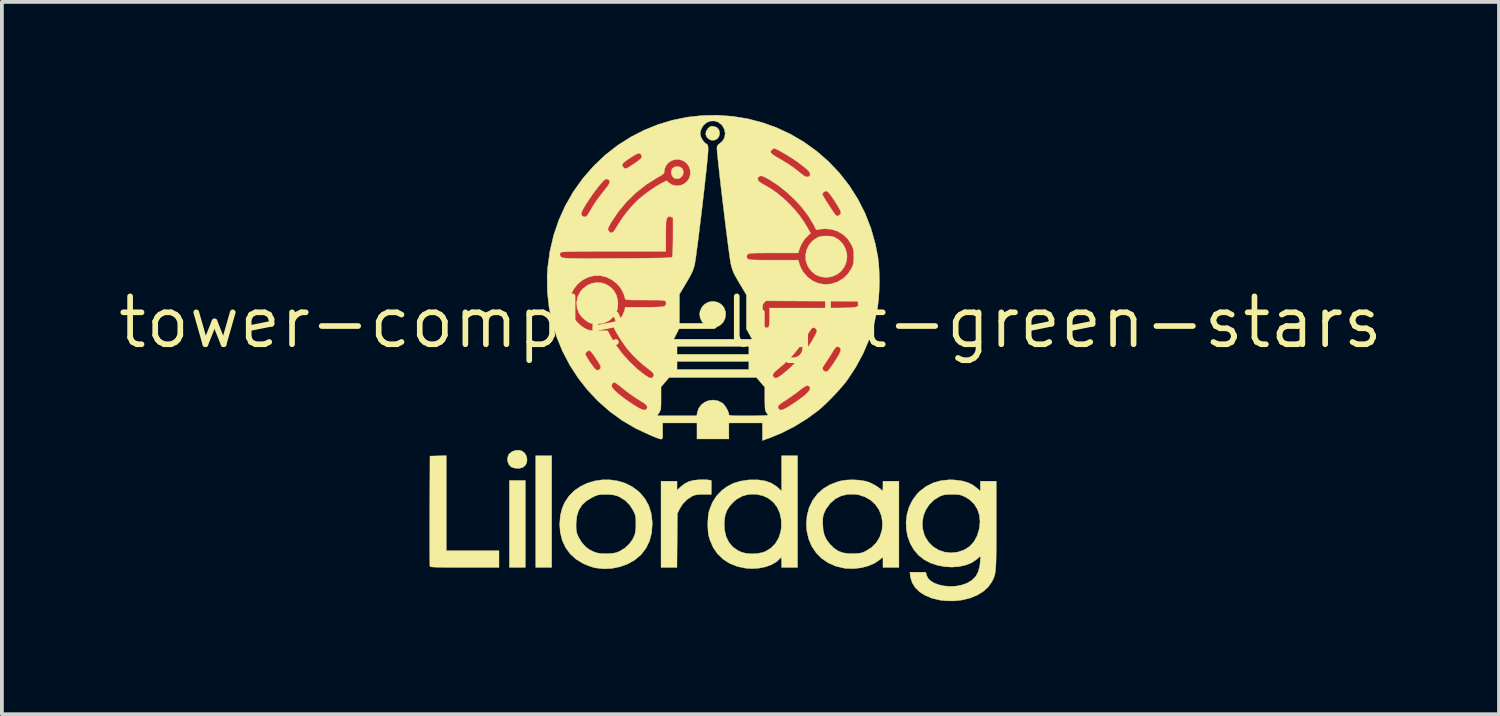
<source format=kicad_pcb>
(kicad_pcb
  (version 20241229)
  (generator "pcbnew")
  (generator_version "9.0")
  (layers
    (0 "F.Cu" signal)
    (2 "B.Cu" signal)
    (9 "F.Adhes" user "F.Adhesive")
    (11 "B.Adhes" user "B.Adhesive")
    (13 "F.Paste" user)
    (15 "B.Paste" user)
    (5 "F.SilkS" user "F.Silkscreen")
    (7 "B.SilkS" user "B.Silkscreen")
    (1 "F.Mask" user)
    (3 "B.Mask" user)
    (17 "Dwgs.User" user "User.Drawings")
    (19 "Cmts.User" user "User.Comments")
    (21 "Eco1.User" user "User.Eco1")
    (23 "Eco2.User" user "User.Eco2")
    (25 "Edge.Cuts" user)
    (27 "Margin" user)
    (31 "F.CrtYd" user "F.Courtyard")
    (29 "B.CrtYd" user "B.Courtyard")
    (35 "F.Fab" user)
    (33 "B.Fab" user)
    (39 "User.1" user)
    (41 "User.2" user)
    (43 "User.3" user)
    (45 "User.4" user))
  (footprint "tower-complex-light-green-stars"
    (layer "F.Cu")
    (at 16.85 5.499)
    (property "Reference" "tower-complex-light-green-stars" (at 0 0 0) (layer "F.SilkS") (effects (font (size 1.27 1.27) (thickness 0.15))))
    (attr through_hole)
    (fp_poly (pts (xy -2.928 -4.497) (xy -2.894 -4.471) (xy -2.891 -4.468) (xy -2.863 -4.425) (xy -2.861 -4.383) (xy -2.887 -4.337) (xy -2.945 -4.281) (xy -3.037 -4.212) (xy -3.059 -4.197) (xy -3.174 -4.123) (xy -3.264 -4.078) (xy -3.331 -4.062) (xy -3.379 -4.075) (xy -3.411 -4.114) (xy -3.411 -4.116) (xy -3.422 -4.16) (xy -3.409 -4.204) (xy -3.37 -4.253) (xy -3.301 -4.312) (xy -3.197 -4.385) (xy -3.189 -4.39) (xy -3.091 -4.453) (xy -3.02 -4.49) (xy -2.967 -4.504) (xy -2.928 -4.497)) (stroke (width 0.01) (type solid)) (fill yes) (layer "F.Cu"))
    (fp_poly (pts (xy 2.028 -3.501) (xy 2.072 -3.472) (xy 2.123 -3.419) (xy 2.185 -3.336) (xy 2.261 -3.221) (xy 2.316 -3.133) (xy 2.38 -3.015) (xy 2.411 -2.923) (xy 2.408 -2.857) (xy 2.372 -2.816) (xy 2.372 -2.816) (xy 2.311 -2.796) (xy 2.262 -2.812) (xy 2.224 -2.852) (xy 2.195 -2.892) (xy 2.15 -2.959) (xy 2.093 -3.042) (xy 2.033 -3.135) (xy 2.03 -3.139) (xy 1.959 -3.251) (xy 1.914 -3.335) (xy 1.893 -3.396) (xy 1.895 -3.441) (xy 1.919 -3.473) (xy 1.948 -3.493) (xy 1.988 -3.506) (xy 2.028 -3.501)) (stroke (width 0.01) (type solid)) (fill yes) (layer "F.Cu"))
    (fp_poly (pts (xy -4.247 0.735) (xy -4.236 0.74) (xy -4.208 0.766) (xy -4.166 0.819) (xy -4.115 0.889) (xy -4.061 0.968) (xy -4.01 1.047) (xy -3.969 1.117) (xy -3.943 1.168) (xy -3.937 1.188) (xy -3.955 1.233) (xy -3.999 1.272) (xy -4.052 1.291) (xy -4.059 1.291) (xy -4.11 1.277) (xy -4.137 1.257) (xy -4.172 1.215) (xy -4.221 1.149) (xy -4.274 1.071) (xy -4.324 0.992) (xy -4.363 0.926) (xy -4.369 0.914) (xy -4.39 0.855) (xy -4.392 0.805) (xy -4.391 0.802) (xy -4.358 0.758) (xy -4.303 0.734) (xy -4.247 0.735)) (stroke (width 0.01) (type solid)) (fill yes) (layer "F.Cu"))
    (fp_poly (pts (xy 2.341 0.633) (xy 2.362 0.645) (xy 2.404 0.695) (xy 2.41 0.765) (xy 2.378 0.853) (xy 2.378 0.853) (xy 2.345 0.912) (xy 2.296 0.99) (xy 2.238 1.078) (xy 2.18 1.163) (xy 2.129 1.235) (xy 2.091 1.283) (xy 2.089 1.286) (xy 2.031 1.326) (xy 1.97 1.328) (xy 1.919 1.295) (xy 1.893 1.256) (xy 1.888 1.214) (xy 1.907 1.16) (xy 1.952 1.087) (xy 1.976 1.052) (xy 2.036 0.962) (xy 2.101 0.862) (xy 2.147 0.788) (xy 2.205 0.699) (xy 2.253 0.646) (xy 2.297 0.625) (xy 2.341 0.633)) (stroke (width 0.01) (type solid)) (fill yes) (layer "F.Cu"))
    (fp_poly (pts (xy 0.671 -4.618) (xy 0.761 -4.581) (xy 0.82 -4.551) (xy 1.021 -4.434) (xy 1.224 -4.3) (xy 1.412 -4.162) (xy 1.466 -4.118) (xy 1.539 -4.055) (xy 1.583 -4.008) (xy 1.604 -3.97) (xy 1.609 -3.941) (xy 1.596 -3.871) (xy 1.56 -3.836) (xy 1.502 -3.833) (xy 1.423 -3.864) (xy 1.327 -3.929) (xy 1.299 -3.951) (xy 1.156 -4.061) (xy 0.997 -4.172) (xy 0.836 -4.273) (xy 0.69 -4.355) (xy 0.683 -4.358) (xy 0.59 -4.412) (xy 0.535 -4.462) (xy 0.515 -4.512) (xy 0.526 -4.564) (xy 0.558 -4.609) (xy 0.605 -4.627) (xy 0.671 -4.618)) (stroke (width 0.01) (type solid)) (fill yes) (layer "F.Cu"))
    (fp_poly (pts (xy 1.592 1.685) (xy 1.608 1.749) (xy 1.609 1.76) (xy 1.59 1.809) (xy 1.535 1.875) (xy 1.446 1.957) (xy 1.325 2.051) (xy 1.173 2.158) (xy 1.102 2.205) (xy 0.983 2.279) (xy 0.891 2.326) (xy 0.823 2.348) (xy 0.776 2.345) (xy 0.747 2.323) (xy 0.72 2.281) (xy 0.713 2.242) (xy 0.727 2.202) (xy 0.767 2.156) (xy 0.835 2.101) (xy 0.936 2.032) (xy 1.008 1.985) (xy 1.104 1.92) (xy 1.204 1.849) (xy 1.291 1.783) (xy 1.322 1.758) (xy 1.415 1.69) (xy 1.493 1.656) (xy 1.553 1.654) (xy 1.592 1.685)) (stroke (width 0.01) (type solid)) (fill yes) (layer "F.Cu"))
    (fp_poly (pts (xy -3.537 1.591) (xy -3.527 1.599) (xy -3.391 1.709) (xy -3.281 1.797) (xy -3.189 1.867) (xy -3.109 1.925) (xy -3.035 1.976) (xy -2.958 2.026) (xy -2.933 2.041) (xy -2.83 2.108) (xy -2.761 2.162) (xy -2.724 2.207) (xy -2.712 2.25) (xy -2.724 2.294) (xy -2.729 2.305) (xy -2.771 2.342) (xy -2.837 2.346) (xy -2.928 2.316) (xy -3.027 2.262) (xy -3.326 2.06) (xy -3.568 1.87) (xy -3.636 1.811) (xy -3.676 1.77) (xy -3.696 1.736) (xy -3.701 1.702) (xy -3.7 1.676) (xy -3.688 1.619) (xy -3.659 1.589) (xy -3.635 1.578) (xy -3.583 1.57) (xy -3.537 1.591)) (stroke (width 0.01) (type solid)) (fill yes) (layer "F.Cu"))
    (fp_poly (pts (xy -3.779 -3.821) (xy -3.735 -3.788) (xy -3.711 -3.736) (xy -3.709 -3.677) (xy -3.736 -3.621) (xy -3.749 -3.607) (xy -3.801 -3.553) (xy -3.869 -3.471) (xy -3.947 -3.369) (xy -4.029 -3.256) (xy -4.11 -3.14) (xy -4.182 -3.028) (xy -4.198 -3.001) (xy -4.256 -2.907) (xy -4.299 -2.844) (xy -4.331 -2.806) (xy -4.36 -2.786) (xy -4.389 -2.778) (xy -4.393 -2.777) (xy -4.447 -2.781) (xy -4.482 -2.797) (xy -4.503 -2.838) (xy -4.508 -2.878) (xy -4.496 -2.932) (xy -4.46 -3.01) (xy -4.406 -3.108) (xy -4.338 -3.218) (xy -4.26 -3.335) (xy -4.177 -3.451) (xy -4.093 -3.562) (xy -4.012 -3.661) (xy -3.94 -3.742) (xy -3.88 -3.798) (xy -3.836 -3.824) (xy -3.779 -3.821)) (stroke (width 0.01) (type solid)) (fill yes) (layer "F.Cu"))
    (fp_poly (pts (xy 1.749 0.134) (xy 1.769 0.158) (xy 1.786 0.189) (xy 1.79 0.219) (xy 1.778 0.26) (xy 1.75 0.326) (xy 1.747 0.332) (xy 1.657 0.501) (xy 1.538 0.682) (xy 1.398 0.867) (xy 1.243 1.046) (xy 1.081 1.212) (xy 0.92 1.355) (xy 0.881 1.385) (xy 0.781 1.455) (xy 0.703 1.494) (xy 0.644 1.502) (xy 0.6 1.48) (xy 0.597 1.477) (xy 0.577 1.435) (xy 0.573 1.376) (xy 0.585 1.327) (xy 0.588 1.323) (xy 0.613 1.298) (xy 0.659 1.26) (xy 0.683 1.242) (xy 0.907 1.056) (xy 1.116 0.842) (xy 1.303 0.612) (xy 1.46 0.373) (xy 1.52 0.262) (xy 1.558 0.194) (xy 1.594 0.143) (xy 1.62 0.119) (xy 1.693 0.107) (xy 1.749 0.134)) (stroke (width 0.01) (type solid)) (fill yes) (layer "F.Cu"))
    (fp_poly (pts (xy 1.754 -0.595) (xy 1.951 -0.594) (xy 2.14 -0.592) (xy 2.317 -0.59) (xy 2.476 -0.587) (xy 2.613 -0.584) (xy 2.723 -0.58) (xy 2.803 -0.575) (xy 2.846 -0.57) (xy 2.853 -0.567) (xy 2.877 -0.517) (xy 2.873 -0.456) (xy 2.844 -0.404) (xy 2.832 -0.393) (xy 2.817 -0.385) (xy 2.794 -0.379) (xy 2.758 -0.374) (xy 2.707 -0.37) (xy 2.638 -0.367) (xy 2.545 -0.364) (xy 2.427 -0.362) (xy 2.281 -0.361) (xy 2.101 -0.36) (xy 1.886 -0.36) (xy 1.657 -0.36) (xy 0.529 -0.36) (xy 0.529 -0.129) (xy 0.528 -0.019) (xy 0.523 0.056) (xy 0.514 0.103) (xy 0.5 0.132) (xy 0.496 0.136) (xy 0.439 0.166) (xy 0.373 0.156) (xy 0.355 0.146) (xy 0.34 0.134) (xy 0.33 0.112) (xy 0.324 0.073) (xy 0.32 0.011) (xy 0.318 -0.08) (xy 0.318 -0.208) (xy 0.318 -0.208) (xy 0.319 -0.355) (xy 0.323 -0.462) (xy 0.331 -0.531) (xy 0.341 -0.565) (xy 0.343 -0.567) (xy 0.369 -0.573) (xy 0.433 -0.578) (xy 0.531 -0.582) (xy 0.656 -0.586) (xy 0.806 -0.589) (xy 0.975 -0.591) (xy 1.159 -0.593) (xy 1.353 -0.594) (xy 1.553 -0.595) (xy 1.754 -0.595)) (stroke (width 0.01) (type solid)) (fill yes) (layer "F.Cu"))
    (fp_poly (pts (xy -2.092 -2.818) (xy -2.073 -2.804) (xy -2.06 -2.79) (xy -2.05 -2.771) (xy -2.043 -2.741) (xy -2.038 -2.696) (xy -2.035 -2.629) (xy -2.033 -2.536) (xy -2.032 -2.412) (xy -2.032 -2.255) (xy -2.033 -2.078) (xy -2.035 -1.939) (xy -2.039 -1.837) (xy -2.044 -1.768) (xy -2.052 -1.729) (xy -2.057 -1.719) (xy -2.083 -1.714) (xy -2.147 -1.709) (xy -2.245 -1.705) (xy -2.373 -1.701) (xy -2.527 -1.698) (xy -2.701 -1.696) (xy -2.893 -1.694) (xy -3.098 -1.692) (xy -3.312 -1.692) (xy -3.531 -1.691) (xy -3.75 -1.691) (xy -3.965 -1.692) (xy -4.173 -1.693) (xy -4.368 -1.695) (xy -4.547 -1.698) (xy -4.706 -1.701) (xy -4.84 -1.704) (xy -4.945 -1.708) (xy -5.017 -1.712) (xy -5.052 -1.718) (xy -5.055 -1.719) (xy -5.078 -1.77) (xy -5.07 -1.836) (xy -5.058 -1.864) (xy -5.053 -1.872) (xy -5.044 -1.879) (xy -5.028 -1.885) (xy -5.002 -1.89) (xy -4.964 -1.894) (xy -4.91 -1.897) (xy -4.837 -1.9) (xy -4.742 -1.902) (xy -4.621 -1.903) (xy -4.473 -1.904) (xy -4.294 -1.905) (xy -4.08 -1.905) (xy -3.829 -1.905) (xy -3.651 -1.905) (xy -2.265 -1.905) (xy -2.265 -2.306) (xy -2.264 -2.435) (xy -2.261 -2.553) (xy -2.256 -2.652) (xy -2.251 -2.724) (xy -2.244 -2.76) (xy -2.206 -2.81) (xy -2.151 -2.831) (xy -2.092 -2.818)) (stroke (width 0.01) (type solid)) (fill yes) (layer "F.Cu"))
    (fp_poly (pts (xy -1.926 -4.335) (xy -1.8 -4.315) (xy -1.705 -4.269) (xy -1.635 -4.193) (xy -1.607 -4.14) (xy -1.57 -4.015) (xy -1.575 -3.895) (xy -1.619 -3.784) (xy -1.7 -3.689) (xy -1.802 -3.626) (xy -1.917 -3.6) (xy -2.035 -3.613) (xy -2.151 -3.665) (xy -2.158 -3.669) (xy -2.236 -3.721) (xy -2.385 -3.643) (xy -2.627 -3.495) (xy -2.866 -3.311) (xy -3.087 -3.101) (xy -3.163 -3.021) (xy -3.228 -2.947) (xy -3.289 -2.873) (xy -3.35 -2.789) (xy -3.418 -2.69) (xy -3.498 -2.567) (xy -3.563 -2.466) (xy -3.621 -2.391) (xy -3.675 -2.356) (xy -3.727 -2.361) (xy -3.766 -2.391) (xy -3.798 -2.431) (xy -3.81 -2.461) (xy -3.799 -2.495) (xy -3.769 -2.555) (xy -3.726 -2.635) (xy -3.673 -2.725) (xy -3.615 -2.818) (xy -3.558 -2.906) (xy -3.53 -2.946) (xy -3.383 -3.13) (xy -3.211 -3.314) (xy -3.02 -3.488) (xy -2.82 -3.647) (xy -2.62 -3.783) (xy -2.427 -3.889) (xy -2.397 -3.903) (xy -2.341 -3.931) (xy -2.323 -3.951) (xy -2.084 -3.951) (xy -2.081 -3.943) (xy -2.04 -3.875) (xy -1.98 -3.838) (xy -1.913 -3.834) (xy -1.848 -3.867) (xy -1.84 -3.875) (xy -1.806 -3.936) (xy -1.807 -4.004) (xy -1.841 -4.068) (xy -1.867 -4.091) (xy -1.913 -4.119) (xy -1.953 -4.119) (xy -1.986 -4.108) (xy -2.043 -4.068) (xy -2.079 -4.011) (xy -2.084 -3.951) (xy -2.323 -3.951) (xy -2.315 -3.959) (xy -2.307 -4.001) (xy -2.307 -4.022) (xy -2.287 -4.115) (xy -2.232 -4.206) (xy -2.149 -4.285) (xy -2.137 -4.293) (xy -2.089 -4.321) (xy -2.039 -4.335) (xy -1.972 -4.337) (xy -1.926 -4.335)) (stroke (width 0.01) (type solid)) (fill yes) (layer "F.Cu"))
    (fp_poly (pts (xy -3.862 -1.239) (xy -3.7 -1.176) (xy -3.553 -1.079) (xy -3.542 -1.07) (xy -3.475 -0.998) (xy -3.409 -0.9) (xy -3.352 -0.794) (xy -3.316 -0.697) (xy -3.313 -0.683) (xy -3.299 -0.614) (xy -2.266 -0.614) (xy -2.233 -0.564) (xy -2.214 -0.505) (xy -2.225 -0.445) (xy -2.262 -0.401) (xy -2.276 -0.394) (xy -2.306 -0.391) (xy -2.372 -0.387) (xy -2.468 -0.384) (xy -2.587 -0.382) (xy -2.723 -0.381) (xy -2.806 -0.381) (xy -2.968 -0.38) (xy -3.102 -0.378) (xy -3.204 -0.374) (xy -3.272 -0.369) (xy -3.301 -0.362) (xy -3.302 -0.361) (xy -3.315 -0.299) (xy -3.348 -0.218) (xy -3.396 -0.128) (xy -3.452 -0.044) (xy -3.495 0.009) (xy -3.6 0.125) (xy -3.543 0.237) (xy -3.419 0.454) (xy -3.267 0.662) (xy -3.085 0.866) (xy -2.869 1.07) (xy -2.617 1.276) (xy -2.562 1.329) (xy -2.541 1.38) (xy -2.54 1.394) (xy -2.553 1.462) (xy -2.59 1.497) (xy -2.651 1.498) (xy -2.733 1.466) (xy -2.837 1.4) (xy -2.843 1.396) (xy -3.08 1.2) (xy -3.304 0.974) (xy -3.507 0.728) (xy -3.68 0.472) (xy -3.712 0.416) (xy -3.809 0.246) (xy -4.037 0.245) (xy -4.18 0.239) (xy -4.293 0.221) (xy -4.388 0.187) (xy -4.477 0.131) (xy -4.572 0.05) (xy -4.58 0.043) (xy -4.694 -0.088) (xy -4.768 -0.229) (xy -4.806 -0.387) (xy -4.812 -0.497) (xy -4.807 -0.564) (xy -4.585 -0.564) (xy -4.584 -0.451) (xy -4.555 -0.33) (xy -4.503 -0.218) (xy -4.467 -0.166) (xy -4.369 -0.078) (xy -4.248 -0.016) (xy -4.114 0.017) (xy -3.979 0.019) (xy -3.858 -0.011) (xy -3.736 -0.079) (xy -3.642 -0.173) (xy -3.589 -0.256) (xy -3.538 -0.39) (xy -3.525 -0.525) (xy -3.548 -0.656) (xy -3.602 -0.776) (xy -3.685 -0.88) (xy -3.794 -0.962) (xy -3.925 -1.015) (xy -4.014 -1.031) (xy -4.149 -1.025) (xy -4.278 -0.982) (xy -4.392 -0.907) (xy -4.486 -0.807) (xy -4.554 -0.685) (xy -4.585 -0.564) (xy -4.807 -0.564) (xy -4.799 -0.666) (xy -4.756 -0.81) (xy -4.681 -0.938) (xy -4.606 -1.025) (xy -4.496 -1.124) (xy -4.383 -1.192) (xy -4.254 -1.238) (xy -4.196 -1.251) (xy -4.03 -1.265) (xy -3.862 -1.239)) (stroke (width 0.01) (type solid)) (fill yes) (layer "F.Cu"))
    (fp_poly (pts (xy 0.303 -3.907) (xy 0.359 -3.883) (xy 0.428 -3.85) (xy 0.429 -3.85) (xy 0.674 -3.707) (xy 0.915 -3.528) (xy 1.145 -3.322) (xy 1.357 -3.094) (xy 1.544 -2.852) (xy 1.683 -2.629) (xy 1.725 -2.554) (xy 1.755 -2.51) (xy 1.779 -2.49) (xy 1.805 -2.486) (xy 1.831 -2.491) (xy 1.886 -2.498) (xy 1.965 -2.502) (xy 2.032 -2.503) (xy 2.207 -2.481) (xy 2.366 -2.421) (xy 2.506 -2.325) (xy 2.623 -2.196) (xy 2.693 -2.079) (xy 2.727 -2.005) (xy 2.748 -1.944) (xy 2.758 -1.881) (xy 2.762 -1.799) (xy 2.762 -1.746) (xy 2.761 -1.649) (xy 2.754 -1.578) (xy 2.739 -1.518) (xy 2.712 -1.453) (xy 2.693 -1.414) (xy 2.597 -1.264) (xy 2.474 -1.144) (xy 2.329 -1.055) (xy 2.167 -1.001) (xy 1.995 -0.985) (xy 1.881 -0.995) (xy 1.714 -1.044) (xy 1.564 -1.129) (xy 1.438 -1.244) (xy 1.34 -1.387) (xy 1.281 -1.53) (xy 1.255 -1.619) (xy 0.596 -1.625) (xy -0.063 -1.63) (xy -0.099 -1.685) (xy -0.122 -1.729) (xy -0.121 -1.746) (xy 1.493 -1.746) (xy 1.498 -1.629) (xy 1.518 -1.539) (xy 1.557 -1.464) (xy 1.621 -1.388) (xy 1.631 -1.377) (xy 1.749 -1.287) (xy 1.88 -1.233) (xy 2.019 -1.215) (xy 2.157 -1.235) (xy 2.243 -1.269) (xy 2.308 -1.311) (xy 2.375 -1.365) (xy 2.389 -1.379) (xy 2.457 -1.455) (xy 2.499 -1.527) (xy 2.521 -1.609) (xy 2.529 -1.715) (xy 2.529 -1.746) (xy 2.524 -1.86) (xy 2.506 -1.946) (xy 2.469 -2.019) (xy 2.409 -2.093) (xy 2.389 -2.113) (xy 2.28 -2.203) (xy 2.162 -2.254) (xy 2.024 -2.272) (xy 2.011 -2.272) (xy 1.868 -2.256) (xy 1.744 -2.205) (xy 1.632 -2.115) (xy 1.564 -2.039) (xy 1.522 -1.964) (xy 1.5 -1.877) (xy 1.493 -1.765) (xy 1.493 -1.746) (xy -0.121 -1.746) (xy -0.119 -1.765) (xy -0.104 -1.796) (xy -0.072 -1.852) (xy 0.591 -1.863) (xy 1.255 -1.873) (xy 1.28 -1.958) (xy 1.333 -2.093) (xy 1.409 -2.212) (xy 1.466 -2.279) (xy 1.552 -2.372) (xy 1.515 -2.451) (xy 1.413 -2.632) (xy 1.279 -2.821) (xy 1.12 -3.01) (xy 0.942 -3.191) (xy 0.752 -3.358) (xy 0.558 -3.504) (xy 0.391 -3.608) (xy 0.294 -3.663) (xy 0.229 -3.705) (xy 0.191 -3.74) (xy 0.173 -3.772) (xy 0.169 -3.799) (xy 0.185 -3.849) (xy 0.222 -3.893) (xy 0.266 -3.915) (xy 0.272 -3.916) (xy 0.303 -3.907)) (stroke (width 0.01) (type solid)) (fill yes) (layer "F.Cu"))
    (fp_poly (pts (xy -5.969 6.498) (xy -6.392 6.498) (xy -6.392 4.191) (xy -5.969 4.191) (xy -5.969 6.498)) (stroke (width 0.01) (type solid)) (fill yes) (layer "F.SilkS"))
    (fp_poly (pts (xy -5.271 6.498) (xy -5.694 6.498) (xy -5.694 3.535) (xy -5.271 3.535) (xy -5.271 6.498)) (stroke (width 0.01) (type solid)) (fill yes) (layer "F.SilkS"))
    (fp_poly (pts (xy -1.871 -4.121) (xy -1.814 -4.085) (xy -1.799 -4.063) (xy -1.778 -3.989) (xy -1.79 -3.921) (xy -1.826 -3.863) (xy -1.88 -3.823) (xy -1.944 -3.807) (xy -2.01 -3.821) (xy -2.053 -3.852) (xy -2.09 -3.916) (xy -2.1 -3.992) (xy -2.081 -4.063) (xy -2.068 -4.082) (xy -2.012 -4.121) (xy -1.942 -4.133) (xy -1.871 -4.121)) (stroke (width 0.01) (type solid)) (fill yes) (layer "F.SilkS"))
    (fp_poly (pts (xy -0.979 -5.2) (xy -0.892 -5.17) (xy -0.838 -5.113) (xy -0.816 -5.03) (xy -0.816 -5.014) (xy -0.834 -4.932) (xy -0.881 -4.87) (xy -0.949 -4.833) (xy -1.027 -4.829) (xy -1.09 -4.852) (xy -1.156 -4.91) (xy -1.185 -4.982) (xy -1.177 -5.061) (xy -1.13 -5.138) (xy -1.121 -5.148) (xy -1.073 -5.189) (xy -1.031 -5.204) (xy -0.979 -5.2)) (stroke (width 0.01) (type solid)) (fill yes) (layer "F.SilkS"))
    (fp_poly (pts (xy -6.056 3.413) (xy -5.984 3.47) (xy -5.94 3.546) (xy -5.923 3.632) (xy -5.933 3.717) (xy -5.971 3.792) (xy -6.037 3.846) (xy -6.044 3.849) (xy -6.132 3.871) (xy -6.232 3.868) (xy -6.323 3.843) (xy -6.343 3.832) (xy -6.403 3.773) (xy -6.437 3.693) (xy -6.443 3.604) (xy -6.419 3.521) (xy -6.395 3.485) (xy -6.317 3.424) (xy -6.222 3.392) (xy -6.123 3.391) (xy -6.056 3.413)) (stroke (width 0.01) (type solid)) (fill yes) (layer "F.SilkS"))
    (fp_poly (pts (xy -0.934 -0.551) (xy -0.841 -0.521) (xy -0.761 -0.467) (xy -0.699 -0.389) (xy -0.663 -0.288) (xy -0.656 -0.215) (xy -0.675 -0.099) (xy -0.726 -0.000193) (xy -0.803 0.075) (xy -0.899 0.122) (xy -1.007 0.136) (xy -1.111 0.116) (xy -1.211 0.061) (xy -1.287 -0.021) (xy -1.334 -0.121) (xy -1.347 -0.229) (xy -1.335 -0.301) (xy -1.285 -0.407) (xy -1.214 -0.484) (xy -1.126 -0.533) (xy -1.031 -0.555) (xy -0.934 -0.551)) (stroke (width 0.01) (type solid)) (fill yes) (layer "F.SilkS"))
    (fp_poly (pts (xy -8.065 6.054) (xy -6.668 6.054) (xy -6.668 6.498) (xy -7.578 6.498) (xy -7.809 6.498) (xy -8.001 6.497) (xy -8.156 6.496) (xy -8.278 6.493) (xy -8.37 6.49) (xy -8.435 6.486) (xy -8.476 6.481) (xy -8.496 6.475) (xy -8.499 6.472) (xy -8.501 6.447) (xy -8.502 6.383) (xy -8.503 6.283) (xy -8.504 6.152) (xy -8.505 5.993) (xy -8.505 5.809) (xy -8.505 5.603) (xy -8.505 5.38) (xy -8.504 5.142) (xy -8.504 4.995) (xy -8.498 3.545) (xy -8.281 3.539) (xy -8.065 3.533) (xy -8.065 6.054)) (stroke (width 0.01) (type solid)) (fill yes) (layer "F.SilkS"))
    (fp_poly (pts (xy -1.189 4.172) (xy -1.124 4.177) (xy -1.112 4.179) (xy -1.037 4.193) (xy -1.037 4.377) (xy -1.037 4.561) (xy -1.244 4.561) (xy -1.349 4.563) (xy -1.424 4.57) (xy -1.483 4.583) (xy -1.538 4.605) (xy -1.549 4.61) (xy -1.682 4.698) (xy -1.797 4.815) (xy -1.881 4.95) (xy -1.937 5.069) (xy -1.949 6.498) (xy -2.371 6.498) (xy -2.371 4.212) (xy -1.947 4.212) (xy -1.947 4.45) (xy -1.851 4.361) (xy -1.744 4.277) (xy -1.633 4.22) (xy -1.505 4.187) (xy -1.372 4.174) (xy -1.277 4.171) (xy -1.189 4.172)) (stroke (width 0.01) (type solid)) (fill yes) (layer "F.SilkS"))
    (fp_poly (pts (xy -3.94 -1.046) (xy -3.818 -1.004) (xy -3.709 -0.934) (xy -3.619 -0.838) (xy -3.554 -0.719) (xy -3.518 -0.58) (xy -3.514 -0.503) (xy -3.522 -0.378) (xy -3.55 -0.278) (xy -3.603 -0.188) (xy -3.643 -0.138) (xy -3.754 -0.043) (xy -3.887 0.017) (xy -4.038 0.041) (xy -4.064 0.041) (xy -4.148 0.036) (xy -4.225 0.024) (xy -4.268 0.012) (xy -4.349 -0.037) (xy -4.434 -0.108) (xy -4.508 -0.189) (xy -4.551 -0.255) (xy -4.599 -0.393) (xy -4.608 -0.537) (xy -4.58 -0.678) (xy -4.515 -0.808) (xy -4.448 -0.888) (xy -4.329 -0.981) (xy -4.201 -1.036) (xy -4.07 -1.057) (xy -3.94 -1.046)) (stroke (width 0.01) (type solid)) (fill yes) (layer "F.SilkS"))
    (fp_poly (pts (xy 2.095 -2.288) (xy 2.191 -2.272) (xy 2.224 -2.26) (xy 2.351 -2.184) (xy 2.452 -2.077) (xy 2.522 -1.949) (xy 2.558 -1.805) (xy 2.561 -1.746) (xy 2.541 -1.599) (xy 2.487 -1.469) (xy 2.403 -1.358) (xy 2.295 -1.273) (xy 2.169 -1.217) (xy 2.03 -1.193) (xy 1.884 -1.207) (xy 1.859 -1.214) (xy 1.791 -1.237) (xy 1.736 -1.261) (xy 1.721 -1.271) (xy 1.624 -1.353) (xy 1.555 -1.435) (xy 1.511 -1.513) (xy 1.468 -1.651) (xy 1.463 -1.793) (xy 1.493 -1.93) (xy 1.556 -2.057) (xy 1.648 -2.164) (xy 1.768 -2.247) (xy 1.798 -2.26) (xy 1.881 -2.282) (xy 1.986 -2.292) (xy 2.095 -2.288)) (stroke (width 0.01) (type solid)) (fill yes) (layer "F.SilkS"))
    (fp_poly (pts (xy 1.249 6.498) (xy 0.826 6.498) (xy 0.825 6.355) (xy 0.824 6.281) (xy 0.821 6.242) (xy 0.812 6.233) (xy 0.797 6.247) (xy 0.788 6.257) (xy 0.689 6.349) (xy 0.557 6.425) (xy 0.401 6.482) (xy 0.228 6.517) (xy 0.046 6.53) (xy -0.116 6.52) (xy -0.345 6.473) (xy -0.548 6.393) (xy -0.723 6.281) (xy -0.871 6.139) (xy -0.989 5.968) (xy -1.075 5.769) (xy -1.103 5.673) (xy -1.121 5.564) (xy -1.13 5.431) (xy -1.13 5.304) (xy -0.694 5.304) (xy -0.687 5.503) (xy -0.646 5.678) (xy -0.573 5.829) (xy -0.468 5.954) (xy -0.334 6.05) (xy -0.232 6.096) (xy -0.107 6.127) (xy 0.037 6.137) (xy 0.185 6.129) (xy 0.322 6.102) (xy 0.402 6.072) (xy 0.547 5.981) (xy 0.664 5.86) (xy 0.75 5.713) (xy 0.804 5.543) (xy 0.82 5.422) (xy 0.815 5.227) (xy 0.777 5.051) (xy 0.705 4.897) (xy 0.605 4.767) (xy 0.477 4.665) (xy 0.325 4.594) (xy 0.151 4.558) (xy 0.126 4.556) (xy -0.055 4.562) (xy -0.219 4.607) (xy -0.369 4.692) (xy -0.439 4.751) (xy -0.551 4.87) (xy -0.627 4.992) (xy -0.673 5.129) (xy -0.694 5.291) (xy -0.694 5.304) (xy -1.13 5.304) (xy -1.13 5.288) (xy -1.121 5.15) (xy -1.104 5.032) (xy -1.092 4.986) (xy -1.013 4.782) (xy -0.903 4.607) (xy -0.761 4.458) (xy -0.626 4.357) (xy -0.46 4.269) (xy -0.272 4.211) (xy -0.057 4.179) (xy -0.018 4.176) (xy 0.2 4.176) (xy 0.389 4.204) (xy 0.552 4.262) (xy 0.692 4.35) (xy 0.73 4.383) (xy 0.826 4.472) (xy 0.826 3.535) (xy 1.249 3.535) (xy 1.249 6.498)) (stroke (width 0.01) (type solid)) (fill yes) (layer "F.SilkS"))
    (fp_poly (pts (xy 2.888 4.184) (xy 3.038 4.208) (xy 3.122 4.232) (xy 3.207 4.268) (xy 3.297 4.315) (xy 3.382 4.368) (xy 3.45 4.419) (xy 3.49 4.461) (xy 3.492 4.464) (xy 3.504 4.469) (xy 3.51 4.435) (xy 3.513 4.362) (xy 3.513 4.355) (xy 3.514 4.212) (xy 3.937 4.212) (xy 3.937 6.498) (xy 3.514 6.498) (xy 3.514 6.22) (xy 3.427 6.294) (xy 3.289 6.387) (xy 3.122 6.459) (xy 2.936 6.507) (xy 2.74 6.53) (xy 2.542 6.525) (xy 2.481 6.517) (xy 2.26 6.464) (xy 2.062 6.377) (xy 1.888 6.258) (xy 1.742 6.11) (xy 1.626 5.937) (xy 1.543 5.742) (xy 1.494 5.526) (xy 1.482 5.345) (xy 1.483 5.334) (xy 1.917 5.334) (xy 1.928 5.503) (xy 1.961 5.644) (xy 2.021 5.767) (xy 2.108 5.882) (xy 2.216 5.988) (xy 2.326 6.062) (xy 2.446 6.108) (xy 2.586 6.13) (xy 2.731 6.132) (xy 2.837 6.127) (xy 2.914 6.118) (xy 2.979 6.1) (xy 3.044 6.072) (xy 3.049 6.07) (xy 3.209 5.97) (xy 3.335 5.846) (xy 3.427 5.696) (xy 3.483 5.524) (xy 3.491 5.481) (xy 3.501 5.297) (xy 3.472 5.125) (xy 3.408 4.967) (xy 3.312 4.829) (xy 3.188 4.714) (xy 3.038 4.627) (xy 2.868 4.572) (xy 2.761 4.557) (xy 2.575 4.56) (xy 2.403 4.602) (xy 2.25 4.68) (xy 2.118 4.793) (xy 2.012 4.937) (xy 1.981 4.995) (xy 1.95 5.065) (xy 1.93 5.124) (xy 1.92 5.186) (xy 1.917 5.266) (xy 1.917 5.334) (xy 1.483 5.334) (xy 1.502 5.116) (xy 1.558 4.906) (xy 1.65 4.717) (xy 1.774 4.551) (xy 1.929 4.412) (xy 2.114 4.301) (xy 2.325 4.221) (xy 2.414 4.199) (xy 2.561 4.179) (xy 2.724 4.174) (xy 2.888 4.184)) (stroke (width 0.01) (type solid)) (fill yes) (layer "F.SilkS"))
    (fp_poly (pts (xy -3.519 4.205) (xy -3.321 4.265) (xy -3.137 4.357) (xy -2.969 4.481) (xy -2.932 4.516) (xy -2.796 4.677) (xy -2.697 4.858) (xy -2.633 5.059) (xy -2.605 5.282) (xy -2.604 5.349) (xy -2.621 5.581) (xy -2.675 5.791) (xy -2.764 5.979) (xy -2.889 6.146) (xy -2.916 6.173) (xy -3.072 6.303) (xy -3.255 6.406) (xy -3.458 6.48) (xy -3.672 6.524) (xy -3.892 6.535) (xy -4.109 6.51) (xy -4.117 6.509) (xy -4.207 6.484) (xy -4.315 6.446) (xy -4.419 6.402) (xy -4.442 6.391) (xy -4.628 6.277) (xy -4.782 6.136) (xy -4.904 5.969) (xy -4.991 5.779) (xy -5.043 5.568) (xy -5.059 5.356) (xy -5.058 5.355) (xy -4.623 5.355) (xy -4.622 5.455) (xy -4.616 5.528) (xy -4.602 5.589) (xy -4.578 5.651) (xy -4.559 5.694) (xy -4.481 5.825) (xy -4.384 5.938) (xy -4.277 6.022) (xy -4.265 6.029) (xy -4.162 6.08) (xy -4.067 6.113) (xy -3.964 6.129) (xy -3.839 6.132) (xy -3.799 6.131) (xy -3.694 6.127) (xy -3.616 6.118) (xy -3.552 6.103) (xy -3.489 6.078) (xy -3.461 6.064) (xy -3.323 5.979) (xy -3.205 5.867) (xy -3.116 5.739) (xy -3.087 5.678) (xy -3.062 5.607) (xy -3.047 5.534) (xy -3.04 5.446) (xy -3.038 5.344) (xy -3.039 5.243) (xy -3.044 5.171) (xy -3.055 5.114) (xy -3.076 5.057) (xy -3.107 4.991) (xy -3.2 4.844) (xy -3.322 4.722) (xy -3.464 4.632) (xy -3.509 4.611) (xy -3.586 4.586) (xy -3.665 4.571) (xy -3.763 4.564) (xy -3.833 4.563) (xy -3.931 4.564) (xy -4.001 4.569) (xy -4.06 4.582) (xy -4.121 4.605) (xy -4.197 4.642) (xy -4.351 4.735) (xy -4.468 4.845) (xy -4.551 4.977) (xy -4.602 5.133) (xy -4.622 5.317) (xy -4.623 5.355) (xy -5.058 5.355) (xy -5.042 5.128) (xy -4.991 4.924) (xy -4.926 4.775) (xy -4.814 4.607) (xy -4.674 4.466) (xy -4.51 4.351) (xy -4.328 4.264) (xy -4.133 4.205) (xy -3.929 4.175) (xy -3.723 4.175) (xy -3.519 4.205)) (stroke (width 0.01) (type solid)) (fill yes) (layer "F.SilkS"))
    (fp_poly (pts (xy 5.397 4.177) (xy 5.591 4.199) (xy 5.756 4.244) (xy 5.9 4.314) (xy 6.031 4.414) (xy 6.038 4.421) (xy 6.096 4.474) (xy 6.096 4.212) (xy 6.519 4.212) (xy 6.519 5.372) (xy 6.519 5.638) (xy 6.519 5.866) (xy 6.518 6.058) (xy 6.515 6.22) (xy 6.512 6.354) (xy 6.507 6.464) (xy 6.5 6.553) (xy 6.491 6.627) (xy 6.48 6.687) (xy 6.465 6.738) (xy 6.448 6.784) (xy 6.427 6.829) (xy 6.403 6.875) (xy 6.398 6.885) (xy 6.301 7.02) (xy 6.17 7.137) (xy 6.011 7.234) (xy 5.827 7.309) (xy 5.626 7.36) (xy 5.411 7.385) (xy 5.188 7.383) (xy 5.022 7.364) (xy 4.816 7.315) (xy 4.637 7.242) (xy 4.488 7.148) (xy 4.371 7.034) (xy 4.289 6.903) (xy 4.244 6.757) (xy 4.24 6.73) (xy 4.227 6.625) (xy 4.651 6.625) (xy 4.665 6.692) (xy 4.703 6.779) (xy 4.775 6.853) (xy 4.876 6.914) (xy 4.999 6.959) (xy 5.139 6.989) (xy 5.288 7.001) (xy 5.44 6.995) (xy 5.59 6.968) (xy 5.732 6.92) (xy 5.745 6.915) (xy 5.875 6.837) (xy 5.973 6.737) (xy 6.041 6.612) (xy 6.081 6.458) (xy 6.091 6.364) (xy 6.103 6.192) (xy 6.002 6.281) (xy 5.87 6.371) (xy 5.711 6.435) (xy 5.533 6.475) (xy 5.342 6.489) (xy 5.147 6.477) (xy 4.954 6.44) (xy 4.77 6.378) (xy 4.613 6.296) (xy 4.458 6.175) (xy 4.332 6.027) (xy 4.236 5.859) (xy 4.169 5.676) (xy 4.133 5.483) (xy 4.127 5.297) (xy 4.559 5.297) (xy 4.567 5.468) (xy 4.612 5.636) (xy 4.634 5.686) (xy 4.727 5.832) (xy 4.848 5.951) (xy 4.991 6.038) (xy 5.151 6.092) (xy 5.323 6.11) (xy 5.5 6.09) (xy 5.506 6.088) (xy 5.674 6.03) (xy 5.814 5.939) (xy 5.926 5.817) (xy 6.01 5.663) (xy 6.067 5.476) (xy 6.067 5.475) (xy 6.088 5.289) (xy 6.072 5.116) (xy 6.02 4.957) (xy 5.934 4.819) (xy 5.817 4.705) (xy 5.699 4.631) (xy 5.63 4.599) (xy 5.573 4.578) (xy 5.515 4.567) (xy 5.441 4.562) (xy 5.345 4.561) (xy 5.241 4.563) (xy 5.165 4.569) (xy 5.105 4.581) (xy 5.047 4.602) (xy 5.012 4.618) (xy 4.864 4.71) (xy 4.742 4.83) (xy 4.649 4.972) (xy 4.587 5.13) (xy 4.559 5.297) (xy 4.127 5.297) (xy 4.127 5.285) (xy 4.151 5.088) (xy 4.207 4.897) (xy 4.295 4.718) (xy 4.414 4.555) (xy 4.483 4.484) (xy 4.655 4.351) (xy 4.845 4.255) (xy 5.053 4.196) (xy 5.282 4.174) (xy 5.397 4.177)) (stroke (width 0.01) (type solid)) (fill yes) (layer "F.SilkS"))
    (fp_poly (pts (xy -0.474 -5.465) (xy -0.079 -5.401) (xy 0.311 -5.301) (xy 0.692 -5.165) (xy 1.062 -4.992) (xy 1.418 -4.784) (xy 1.758 -4.539) (xy 2.056 -4.28) (xy 2.354 -3.969) (xy 2.618 -3.633) (xy 2.846 -3.274) (xy 3.039 -2.895) (xy 3.195 -2.495) (xy 3.313 -2.077) (xy 3.38 -1.734) (xy 3.402 -1.541) (xy 3.415 -1.321) (xy 3.419 -1.086) (xy 3.413 -0.848) (xy 3.399 -0.623) (xy 3.375 -0.421) (xy 3.367 -0.37) (xy 3.275 0.049) (xy 3.15 0.447) (xy 2.988 0.827) (xy 2.788 1.196) (xy 2.57 1.526) (xy 2.487 1.633) (xy 2.38 1.758) (xy 2.258 1.893) (xy 2.128 2.028) (xy 1.999 2.156) (xy 1.879 2.267) (xy 1.801 2.333) (xy 1.493 2.559) (xy 1.163 2.762) (xy 0.82 2.936) (xy 0.523 3.058) (xy 0.318 3.132) (xy 0.318 2.667) (xy -0.572 2.667) (xy -0.572 3.09) (xy -1.418 3.09) (xy -1.418 2.667) (xy -2.328 2.667) (xy -2.328 2.891) (xy -2.327 2.978) (xy -2.328 3.04) (xy -2.336 3.079) (xy -2.358 3.095) (xy -2.398 3.092) (xy -2.462 3.07) (xy -2.557 3.032) (xy -2.656 2.991) (xy -3.037 2.815) (xy -3.396 2.604) (xy -3.572 2.477) (xy -2.478 2.477) (xy -1.424 2.477) (xy -1.411 2.395) (xy -1.373 2.28) (xy -1.304 2.186) (xy -1.212 2.115) (xy -1.104 2.072) (xy -0.987 2.059) (xy -0.868 2.078) (xy -0.755 2.132) (xy -0.737 2.144) (xy -0.693 2.19) (xy -0.646 2.258) (xy -0.605 2.334) (xy -0.578 2.402) (xy -0.572 2.438) (xy -0.569 2.45) (xy -0.559 2.459) (xy -0.536 2.466) (xy -0.495 2.471) (xy -0.431 2.474) (xy -0.34 2.476) (xy -0.216 2.476) (xy -0.055 2.477) (xy -0.053 2.477) (xy 0.09 2.476) (xy 0.218 2.474) (xy 0.325 2.471) (xy 0.406 2.468) (xy 0.454 2.464) (xy 0.465 2.461) (xy 0.453 2.434) (xy 0.424 2.393) (xy 0.423 2.392) (xy 0.407 2.367) (xy 0.396 2.335) (xy 0.388 2.29) (xy 0.385 2.242) (xy 0.729 2.242) (xy 0.735 2.274) (xy 0.742 2.288) (xy 0.77 2.318) (xy 0.814 2.326) (xy 0.877 2.308) (xy 0.964 2.264) (xy 1.077 2.194) (xy 1.245 2.081) (xy 1.377 1.984) (xy 1.475 1.904) (xy 1.541 1.837) (xy 1.577 1.781) (xy 1.583 1.736) (xy 1.563 1.698) (xy 1.562 1.698) (xy 1.53 1.677) (xy 1.491 1.678) (xy 1.439 1.701) (xy 1.367 1.751) (xy 1.297 1.805) (xy 1.203 1.878) (xy 1.09 1.958) (xy 0.98 2.034) (xy 0.938 2.061) (xy 0.842 2.124) (xy 0.777 2.172) (xy 0.741 2.209) (xy 0.729 2.242) (xy 0.385 2.242) (xy 0.384 2.223) (xy 0.382 2.126) (xy 0.381 2.029) (xy 0.381 1.718) (xy 0.159 1.461) (xy -0.998 1.461) (xy -2.155 1.46) (xy -2.263 1.585) (xy -2.371 1.71) (xy -2.371 2.014) (xy -2.371 2.134) (xy -2.373 2.221) (xy -2.378 2.281) (xy -2.386 2.324) (xy -2.399 2.357) (xy -2.419 2.389) (xy -2.424 2.398) (xy -2.478 2.477) (xy -3.572 2.477) (xy -3.73 2.362) (xy -4.038 2.091) (xy -4.319 1.793) (xy -4.404 1.685) (xy -3.683 1.685) (xy -3.665 1.729) (xy -3.614 1.791) (xy -3.535 1.867) (xy -3.43 1.954) (xy -3.304 2.048) (xy -3.16 2.146) (xy -3.061 2.21) (xy -2.954 2.274) (xy -2.875 2.311) (xy -2.817 2.326) (xy -2.776 2.318) (xy -2.753 2.298) (xy -2.733 2.247) (xy -2.755 2.195) (xy -2.808 2.149) (xy -2.857 2.118) (xy -2.929 2.072) (xy -3.01 2.02) (xy -3.035 2.005) (xy -3.121 1.947) (xy -3.224 1.873) (xy -3.328 1.794) (xy -3.389 1.745) (xy -3.467 1.684) (xy -3.535 1.633) (xy -3.584 1.599) (xy -3.608 1.587) (xy -3.65 1.606) (xy -3.678 1.652) (xy -3.683 1.685) (xy -4.404 1.685) (xy -4.571 1.472) (xy -4.792 1.13) (xy -4.946 0.836) (xy -4.38 0.836) (xy -4.364 0.878) (xy -4.357 0.892) (xy -4.329 0.943) (xy -4.283 1.014) (xy -4.23 1.093) (xy -4.214 1.117) (xy -4.156 1.195) (xy -4.113 1.242) (xy -4.078 1.265) (xy -4.052 1.27) (xy -4 1.252) (xy -3.977 1.22) (xy -3.969 1.194) (xy -3.973 1.164) (xy -3.991 1.123) (xy -4.026 1.062) (xy -4.083 0.976) (xy -4.086 0.971) (xy -4.154 0.871) (xy -4.203 0.803) (xy -4.239 0.763) (xy -4.268 0.746) (xy -4.294 0.748) (xy -4.324 0.767) (xy -4.342 0.781) (xy -4.373 0.81) (xy -4.38 0.836) (xy -4.946 0.836) (xy -4.981 0.769) (xy -5.137 0.391) (xy -5.257 0.000108) (xy -5.341 -0.402) (xy -5.348 -0.473) (xy -4.793 -0.473) (xy -4.768 -0.305) (xy -4.743 -0.227) (xy -4.68 -0.109) (xy -4.587 0.005) (xy -4.476 0.104) (xy -4.371 0.17) (xy -4.319 0.194) (xy -4.268 0.209) (xy -4.208 0.218) (xy -4.126 0.222) (xy -4.025 0.223) (xy -3.786 0.223) (xy -3.707 0.373) (xy -3.572 0.598) (xy -3.405 0.822) (xy -3.214 1.037) (xy -3.01 1.231) (xy -2.857 1.354) (xy -2.764 1.42) (xy -2.697 1.461) (xy -2.648 1.478) (xy -2.612 1.474) (xy -2.587 1.456) (xy -2.56 1.413) (xy -2.562 1.396) (xy 0.591 1.396) (xy 0.602 1.438) (xy 0.618 1.456) (xy 0.65 1.477) (xy 0.689 1.476) (xy 0.742 1.452) (xy 0.816 1.403) (xy 0.859 1.371) (xy 1.029 1.227) (xy 1.909 1.227) (xy 1.919 1.256) (xy 1.938 1.279) (xy 1.989 1.31) (xy 2.039 1.298) (xy 2.063 1.278) (xy 2.097 1.238) (xy 2.145 1.172) (xy 2.202 1.089) (xy 2.26 1) (xy 2.313 0.915) (xy 2.355 0.844) (xy 2.36 0.834) (xy 2.393 0.753) (xy 2.391 0.694) (xy 2.355 0.656) (xy 2.34 0.649) (xy 2.299 0.643) (xy 2.262 0.662) (xy 2.22 0.711) (xy 2.172 0.79) (xy 2.12 0.877) (xy 2.057 0.975) (xy 2.002 1.057) (xy 1.948 1.136) (xy 1.918 1.19) (xy 1.909 1.227) (xy 1.029 1.227) (xy 1.065 1.196) (xy 1.265 0.99) (xy 1.451 0.763) (xy 1.612 0.527) (xy 1.697 0.379) (xy 1.737 0.301) (xy 1.758 0.251) (xy 1.763 0.217) (xy 1.755 0.191) (xy 1.749 0.182) (xy 1.708 0.147) (xy 1.671 0.138) (xy 1.643 0.145) (xy 1.613 0.172) (xy 1.575 0.224) (xy 1.524 0.308) (xy 1.522 0.313) (xy 1.329 0.613) (xy 1.114 0.88) (xy 0.88 1.112) (xy 0.749 1.22) (xy 0.662 1.292) (xy 0.61 1.349) (xy 0.591 1.396) (xy -2.562 1.396) (xy -2.567 1.367) (xy -2.608 1.313) (xy -2.687 1.248) (xy -2.704 1.235) (xy -2.848 1.123) (xy -2.943 1.037) (xy -1.947 1.037) (xy -1.947 1.249) (xy -0.042 1.249) (xy -0.042 1.037) (xy -1.947 1.037) (xy -2.943 1.037) (xy -2.998 0.987) (xy -3.142 0.842) (xy -3.266 0.7) (xy -3.29 0.67) (xy -3.315 0.635) (xy -1.947 0.635) (xy -1.947 0.847) (xy -0.042 0.847) (xy -0.042 0.635) (xy -1.947 0.635) (xy -3.315 0.635) (xy -3.348 0.59) (xy -3.41 0.499) (xy -3.445 0.445) (xy -2.033 0.445) (xy 0.044 0.445) (xy -0.106 0.176) (xy -0.106 -0.204) (xy 0.318 -0.204) (xy 0.319 -0.085) (xy 0.323 -0.000482) (xy 0.332 0.056) (xy 0.345 0.093) (xy 0.35 0.101) (xy 0.397 0.141) (xy 0.449 0.144) (xy 0.483 0.123) (xy 0.496 0.086) (xy 0.504 0.009) (xy 0.508 -0.109) (xy 0.508 -0.142) (xy 0.508 -0.381) (xy 1.647 -0.381) (xy 1.905 -0.381) (xy 2.123 -0.381) (xy 2.306 -0.382) (xy 2.456 -0.384) (xy 2.576 -0.387) (xy 2.67 -0.391) (xy 2.741 -0.397) (xy 2.792 -0.405) (xy 2.825 -0.416) (xy 2.845 -0.429) (xy 2.855 -0.445) (xy 2.857 -0.465) (xy 2.855 -0.488) (xy 2.854 -0.498) (xy 2.847 -0.561) (xy 1.603 -0.566) (xy 0.359 -0.572) (xy 0.338 -0.517) (xy 0.33 -0.475) (xy 0.323 -0.401) (xy 0.319 -0.306) (xy 0.318 -0.204) (xy -0.106 -0.204) (xy -0.106 -0.729) (xy -0.288 -1.033) (xy -0.358 -1.152) (xy -0.41 -1.245) (xy -0.448 -1.323) (xy -0.476 -1.394) (xy -0.499 -1.468) (xy -0.52 -1.552) (xy -0.529 -1.603) (xy -0.543 -1.692) (xy -0.552 -1.757) (xy -0.103 -1.757) (xy -0.092 -1.707) (xy -0.073 -1.684) (xy -0.058 -1.675) (xy -0.034 -1.667) (xy 0.005 -1.661) (xy 0.063 -1.657) (xy 0.144 -1.654) (xy 0.254 -1.652) (xy 0.396 -1.651) (xy 0.575 -1.651) (xy 0.614 -1.651) (xy 1.267 -1.651) (xy 1.299 -1.539) (xy 1.332 -1.454) (xy 1.379 -1.365) (xy 1.401 -1.331) (xy 1.522 -1.195) (xy 1.661 -1.094) (xy 1.815 -1.031) (xy 1.978 -1.006) (xy 2.146 -1.02) (xy 2.314 -1.076) (xy 2.318 -1.078) (xy 2.467 -1.169) (xy 2.592 -1.293) (xy 2.682 -1.436) (xy 2.712 -1.502) (xy 2.73 -1.562) (xy 2.738 -1.63) (xy 2.741 -1.723) (xy 2.741 -1.746) (xy 2.739 -1.846) (xy 2.732 -1.919) (xy 2.716 -1.979) (xy 2.689 -2.042) (xy 2.684 -2.053) (xy 2.587 -2.206) (xy 2.464 -2.327) (xy 2.317 -2.415) (xy 2.153 -2.468) (xy 1.975 -2.484) (xy 1.841 -2.471) (xy 1.746 -2.455) (xy 1.663 -2.613) (xy 1.532 -2.83) (xy 1.366 -3.047) (xy 1.174 -3.258) (xy 1.023 -3.398) (xy 1.905 -3.398) (xy 1.916 -3.373) (xy 1.946 -3.321) (xy 1.989 -3.249) (xy 2.041 -3.165) (xy 2.097 -3.078) (xy 2.152 -2.995) (xy 2.201 -2.923) (xy 2.238 -2.871) (xy 2.253 -2.852) (xy 2.292 -2.82) (xy 2.33 -2.824) (xy 2.37 -2.857) (xy 2.393 -2.884) (xy 2.4 -2.914) (xy 2.39 -2.953) (xy 2.36 -3.012) (xy 2.322 -3.08) (xy 2.255 -3.188) (xy 2.189 -3.289) (xy 2.127 -3.375) (xy 2.074 -3.44) (xy 2.036 -3.478) (xy 2.025 -3.484) (xy 1.982 -3.479) (xy 1.937 -3.452) (xy 1.908 -3.413) (xy 1.905 -3.398) (xy 1.023 -3.398) (xy 0.962 -3.456) (xy 0.738 -3.633) (xy 0.509 -3.783) (xy 0.394 -3.846) (xy 0.328 -3.876) (xy 0.283 -3.886) (xy 0.245 -3.878) (xy 0.239 -3.875) (xy 0.2 -3.845) (xy 0.194 -3.797) (xy 0.194 -3.795) (xy 0.204 -3.763) (xy 0.229 -3.732) (xy 0.278 -3.697) (xy 0.357 -3.651) (xy 0.37 -3.644) (xy 0.552 -3.537) (xy 0.713 -3.424) (xy 0.868 -3.296) (xy 1.017 -3.155) (xy 1.17 -2.993) (xy 1.298 -2.837) (xy 1.414 -2.67) (xy 1.505 -2.521) (xy 1.595 -2.364) (xy 1.531 -2.309) (xy 1.435 -2.207) (xy 1.354 -2.083) (xy 1.3 -1.955) (xy 1.3 -1.954) (xy 1.267 -1.841) (xy 0.614 -1.841) (xy 0.427 -1.841) (xy 0.278 -1.84) (xy 0.163 -1.839) (xy 0.076 -1.836) (xy 0.014 -1.832) (xy -0.028 -1.827) (xy -0.055 -1.819) (xy -0.07 -1.81) (xy -0.073 -1.808) (xy -0.103 -1.757) (xy -0.552 -1.757) (xy -0.56 -1.814) (xy -0.581 -1.964) (xy -0.604 -2.139) (xy -0.628 -2.333) (xy -0.655 -2.542) (xy -0.682 -2.762) (xy -0.709 -2.988) (xy -0.737 -3.217) (xy -0.764 -3.443) (xy -0.789 -3.661) (xy -0.813 -3.869) (xy -0.834 -4.061) (xy -0.853 -4.232) (xy -0.868 -4.379) (xy -0.88 -4.496) (xy -0.881 -4.508) (xy 0.537 -4.508) (xy 0.562 -4.474) (xy 0.615 -4.432) (xy 0.701 -4.379) (xy 0.754 -4.349) (xy 0.964 -4.224) (xy 1.143 -4.103) (xy 1.301 -3.98) (xy 1.325 -3.96) (xy 1.397 -3.902) (xy 1.451 -3.869) (xy 1.494 -3.858) (xy 1.513 -3.858) (xy 1.561 -3.869) (xy 1.58 -3.901) (xy 1.583 -3.919) (xy 1.581 -3.953) (xy 1.563 -3.99) (xy 1.525 -4.034) (xy 1.464 -4.09) (xy 1.375 -4.161) (xy 1.273 -4.238) (xy 1.193 -4.295) (xy 1.097 -4.358) (xy 0.995 -4.422) (xy 0.892 -4.483) (xy 0.797 -4.538) (xy 0.717 -4.58) (xy 0.658 -4.607) (xy 0.632 -4.614) (xy 0.594 -4.6) (xy 0.56 -4.571) (xy 0.538 -4.539) (xy 0.537 -4.508) (xy -0.881 -4.508) (xy -0.887 -4.58) (xy -0.889 -4.624) (xy -0.881 -4.679) (xy -0.849 -4.718) (xy -0.82 -4.738) (xy -0.737 -4.813) (xy -0.686 -4.906) (xy -0.67 -5.01) (xy -0.689 -5.116) (xy -0.743 -5.215) (xy -0.768 -5.244) (xy -0.859 -5.312) (xy -0.959 -5.342) (xy -1.063 -5.338) (xy -1.16 -5.301) (xy -1.242 -5.231) (xy -1.29 -5.157) (xy -1.317 -5.089) (xy -1.332 -5.027) (xy -1.333 -5.009) (xy -1.318 -4.932) (xy -1.279 -4.85) (xy -1.226 -4.779) (xy -1.184 -4.745) (xy -1.151 -4.723) (xy -1.132 -4.697) (xy -1.124 -4.656) (xy -1.122 -4.586) (xy -1.122 -4.57) (xy -1.125 -4.515) (xy -1.132 -4.423) (xy -1.144 -4.298) (xy -1.159 -4.144) (xy -1.178 -3.967) (xy -1.2 -3.771) (xy -1.223 -3.559) (xy -1.249 -3.338) (xy -1.275 -3.11) (xy -1.302 -2.882) (xy -1.33 -2.656) (xy -1.356 -2.439) (xy -1.382 -2.233) (xy -1.406 -2.045) (xy -1.428 -1.878) (xy -1.447 -1.737) (xy -1.464 -1.626) (xy -1.476 -1.55) (xy -1.482 -1.524) (xy -1.504 -1.444) (xy -1.531 -1.367) (xy -1.569 -1.285) (xy -1.621 -1.188) (xy -1.691 -1.067) (xy -1.705 -1.044) (xy -1.884 -0.744) (xy -1.884 0.149) (xy -1.958 0.297) (xy -2.033 0.445) (xy -3.445 0.445) (xy -3.472 0.403) (xy -3.528 0.311) (xy -3.575 0.231) (xy -3.607 0.169) (xy -3.619 0.133) (xy -3.619 0.132) (xy -3.605 0.104) (xy -3.569 0.058) (xy -3.536 0.022) (xy -3.456 -0.076) (xy -3.388 -0.191) (xy -3.342 -0.305) (xy -3.335 -0.333) (xy -3.32 -0.402) (xy -2.823 -0.402) (xy -2.674 -0.403) (xy -2.541 -0.405) (xy -2.43 -0.409) (xy -2.347 -0.414) (xy -2.297 -0.42) (xy -2.287 -0.423) (xy -2.242 -0.466) (xy -2.234 -0.523) (xy -2.244 -0.552) (xy -2.253 -0.564) (xy -2.268 -0.574) (xy -2.294 -0.581) (xy -2.335 -0.586) (xy -2.398 -0.59) (xy -2.487 -0.592) (xy -2.608 -0.592) (xy -2.765 -0.593) (xy -2.795 -0.593) (xy -2.96 -0.593) (xy -3.088 -0.594) (xy -3.183 -0.596) (xy -3.249 -0.6) (xy -3.292 -0.605) (xy -3.315 -0.612) (xy -3.323 -0.621) (xy -3.323 -0.624) (xy -3.33 -0.659) (xy -3.349 -0.72) (xy -3.367 -0.771) (xy -3.44 -0.91) (xy -3.547 -1.033) (xy -3.678 -1.133) (xy -3.826 -1.204) (xy -3.983 -1.241) (xy -3.996 -1.243) (xy -4.16 -1.237) (xy -4.319 -1.193) (xy -4.465 -1.115) (xy -4.593 -1.006) (xy -4.695 -0.871) (xy -4.732 -0.8) (xy -4.781 -0.642) (xy -4.793 -0.473) (xy -5.348 -0.473) (xy -5.386 -0.813) (xy -5.391 -1.229) (xy -5.378 -1.445) (xy -5.328 -1.81) (xy -5.057 -1.81) (xy -5.043 -1.758) (xy -5.011 -1.726) (xy -4.998 -1.719) (xy -4.978 -1.714) (xy -4.947 -1.709) (xy -4.902 -1.705) (xy -4.841 -1.702) (xy -4.761 -1.7) (xy -4.658 -1.698) (xy -4.529 -1.697) (xy -4.371 -1.696) (xy -4.183 -1.696) (xy -3.959 -1.697) (xy -3.698 -1.698) (xy -3.529 -1.698) (xy -3.244 -1.699) (xy -2.998 -1.701) (xy -2.789 -1.702) (xy -2.614 -1.704) (xy -2.469 -1.706) (xy -2.353 -1.708) (xy -2.261 -1.711) (xy -2.191 -1.714) (xy -2.141 -1.718) (xy -2.106 -1.723) (xy -2.086 -1.728) (xy -2.075 -1.734) (xy -2.074 -1.736) (xy -2.068 -1.765) (xy -2.063 -1.831) (xy -2.059 -1.927) (xy -2.056 -2.047) (xy -2.054 -2.185) (xy -2.053 -2.271) (xy -2.053 -2.774) (xy -2.109 -2.799) (xy -2.152 -2.813) (xy -2.183 -2.798) (xy -2.204 -2.775) (xy -2.218 -2.755) (xy -2.228 -2.728) (xy -2.235 -2.689) (xy -2.24 -2.632) (xy -2.242 -2.55) (xy -2.243 -2.437) (xy -2.244 -2.305) (xy -2.244 -1.884) (xy -3.626 -1.884) (xy -3.919 -1.884) (xy -4.172 -1.883) (xy -4.388 -1.882) (xy -4.568 -1.88) (xy -4.715 -1.878) (xy -4.831 -1.876) (xy -4.919 -1.872) (xy -4.98 -1.868) (xy -5.018 -1.864) (xy -5.033 -1.858) (xy -5.057 -1.81) (xy -5.328 -1.81) (xy -5.319 -1.88) (xy -5.221 -2.301) (xy -5.166 -2.464) (xy -3.779 -2.464) (xy -3.767 -2.436) (xy -3.759 -2.423) (xy -3.715 -2.379) (xy -3.669 -2.377) (xy -3.628 -2.408) (xy -3.602 -2.443) (xy -3.563 -2.504) (xy -3.518 -2.578) (xy -3.509 -2.593) (xy -3.385 -2.784) (xy -3.235 -2.977) (xy -3.074 -3.157) (xy -2.994 -3.236) (xy -2.886 -3.329) (xy -2.758 -3.429) (xy -2.62 -3.527) (xy -2.486 -3.615) (xy -2.365 -3.685) (xy -2.323 -3.706) (xy -2.223 -3.755) (xy -2.175 -3.71) (xy -2.08 -3.648) (xy -1.971 -3.622) (xy -1.856 -3.632) (xy -1.768 -3.668) (xy -1.677 -3.74) (xy -1.619 -3.83) (xy -1.593 -3.931) (xy -1.596 -4.034) (xy -1.629 -4.132) (xy -1.69 -4.218) (xy -1.777 -4.283) (xy -1.871 -4.317) (xy -1.98 -4.323) (xy -2.083 -4.294) (xy -2.173 -4.237) (xy -2.241 -4.157) (xy -2.28 -4.061) (xy -2.286 -4.004) (xy -2.289 -3.972) (xy -2.304 -3.946) (xy -2.336 -3.918) (xy -2.394 -3.882) (xy -2.461 -3.845) (xy -2.753 -3.663) (xy -3.028 -3.447) (xy -3.28 -3.204) (xy -3.503 -2.938) (xy -3.692 -2.656) (xy -3.719 -2.608) (xy -3.757 -2.538) (xy -3.776 -2.494) (xy -3.779 -2.464) (xy -5.166 -2.464) (xy -5.084 -2.707) (xy -5.004 -2.884) (xy -4.487 -2.884) (xy -4.47 -2.831) (xy -4.428 -2.8) (xy -4.376 -2.797) (xy -4.349 -2.81) (xy -4.329 -2.835) (xy -4.294 -2.886) (xy -4.252 -2.956) (xy -4.235 -2.985) (xy -4.153 -3.12) (xy -4.07 -3.244) (xy -3.976 -3.37) (xy -3.863 -3.512) (xy -3.859 -3.517) (xy -3.786 -3.611) (xy -3.743 -3.681) (xy -3.729 -3.732) (xy -3.742 -3.768) (xy -3.778 -3.793) (xy -3.824 -3.805) (xy -3.862 -3.788) (xy -3.876 -3.776) (xy -3.937 -3.714) (xy -4.01 -3.63) (xy -4.089 -3.528) (xy -4.172 -3.417) (xy -4.253 -3.301) (xy -4.329 -3.187) (xy -4.394 -3.082) (xy -4.445 -2.992) (xy -4.478 -2.923) (xy -4.487 -2.884) (xy -5.004 -2.884) (xy -4.908 -3.096) (xy -4.696 -3.466) (xy -4.446 -3.816) (xy -4.163 -4.142) (xy -4.153 -4.151) (xy -3.401 -4.151) (xy -3.366 -4.107) (xy -3.343 -4.087) (xy -3.32 -4.078) (xy -3.289 -4.083) (xy -3.245 -4.103) (xy -3.181 -4.143) (xy -3.09 -4.203) (xy -3.064 -4.221) (xy -2.973 -4.285) (xy -2.915 -4.333) (xy -2.885 -4.369) (xy -2.879 -4.391) (xy -2.895 -4.449) (xy -2.938 -4.483) (xy -2.965 -4.487) (xy -2.998 -4.476) (xy -3.056 -4.446) (xy -3.128 -4.402) (xy -3.206 -4.353) (xy -3.279 -4.303) (xy -3.338 -4.258) (xy -3.364 -4.235) (xy -3.401 -4.189) (xy -3.401 -4.151) (xy -4.153 -4.151) (xy -3.856 -4.434) (xy -3.527 -4.691) (xy -3.181 -4.912) (xy -2.819 -5.098) (xy -2.445 -5.249) (xy -2.06 -5.364) (xy -1.668 -5.443) (xy -1.272 -5.486) (xy -0.873 -5.494) (xy -0.474 -5.465)) (stroke (width 0.01) (type solid)) (fill yes) (layer "F.SilkS")))
  (gr_rect
    (start -3 -3)
    (end 36.7 15.889)
    (stroke (width 0.1) (type default))
    (fill no)
    (layer "Edge.Cuts")))
</source>
